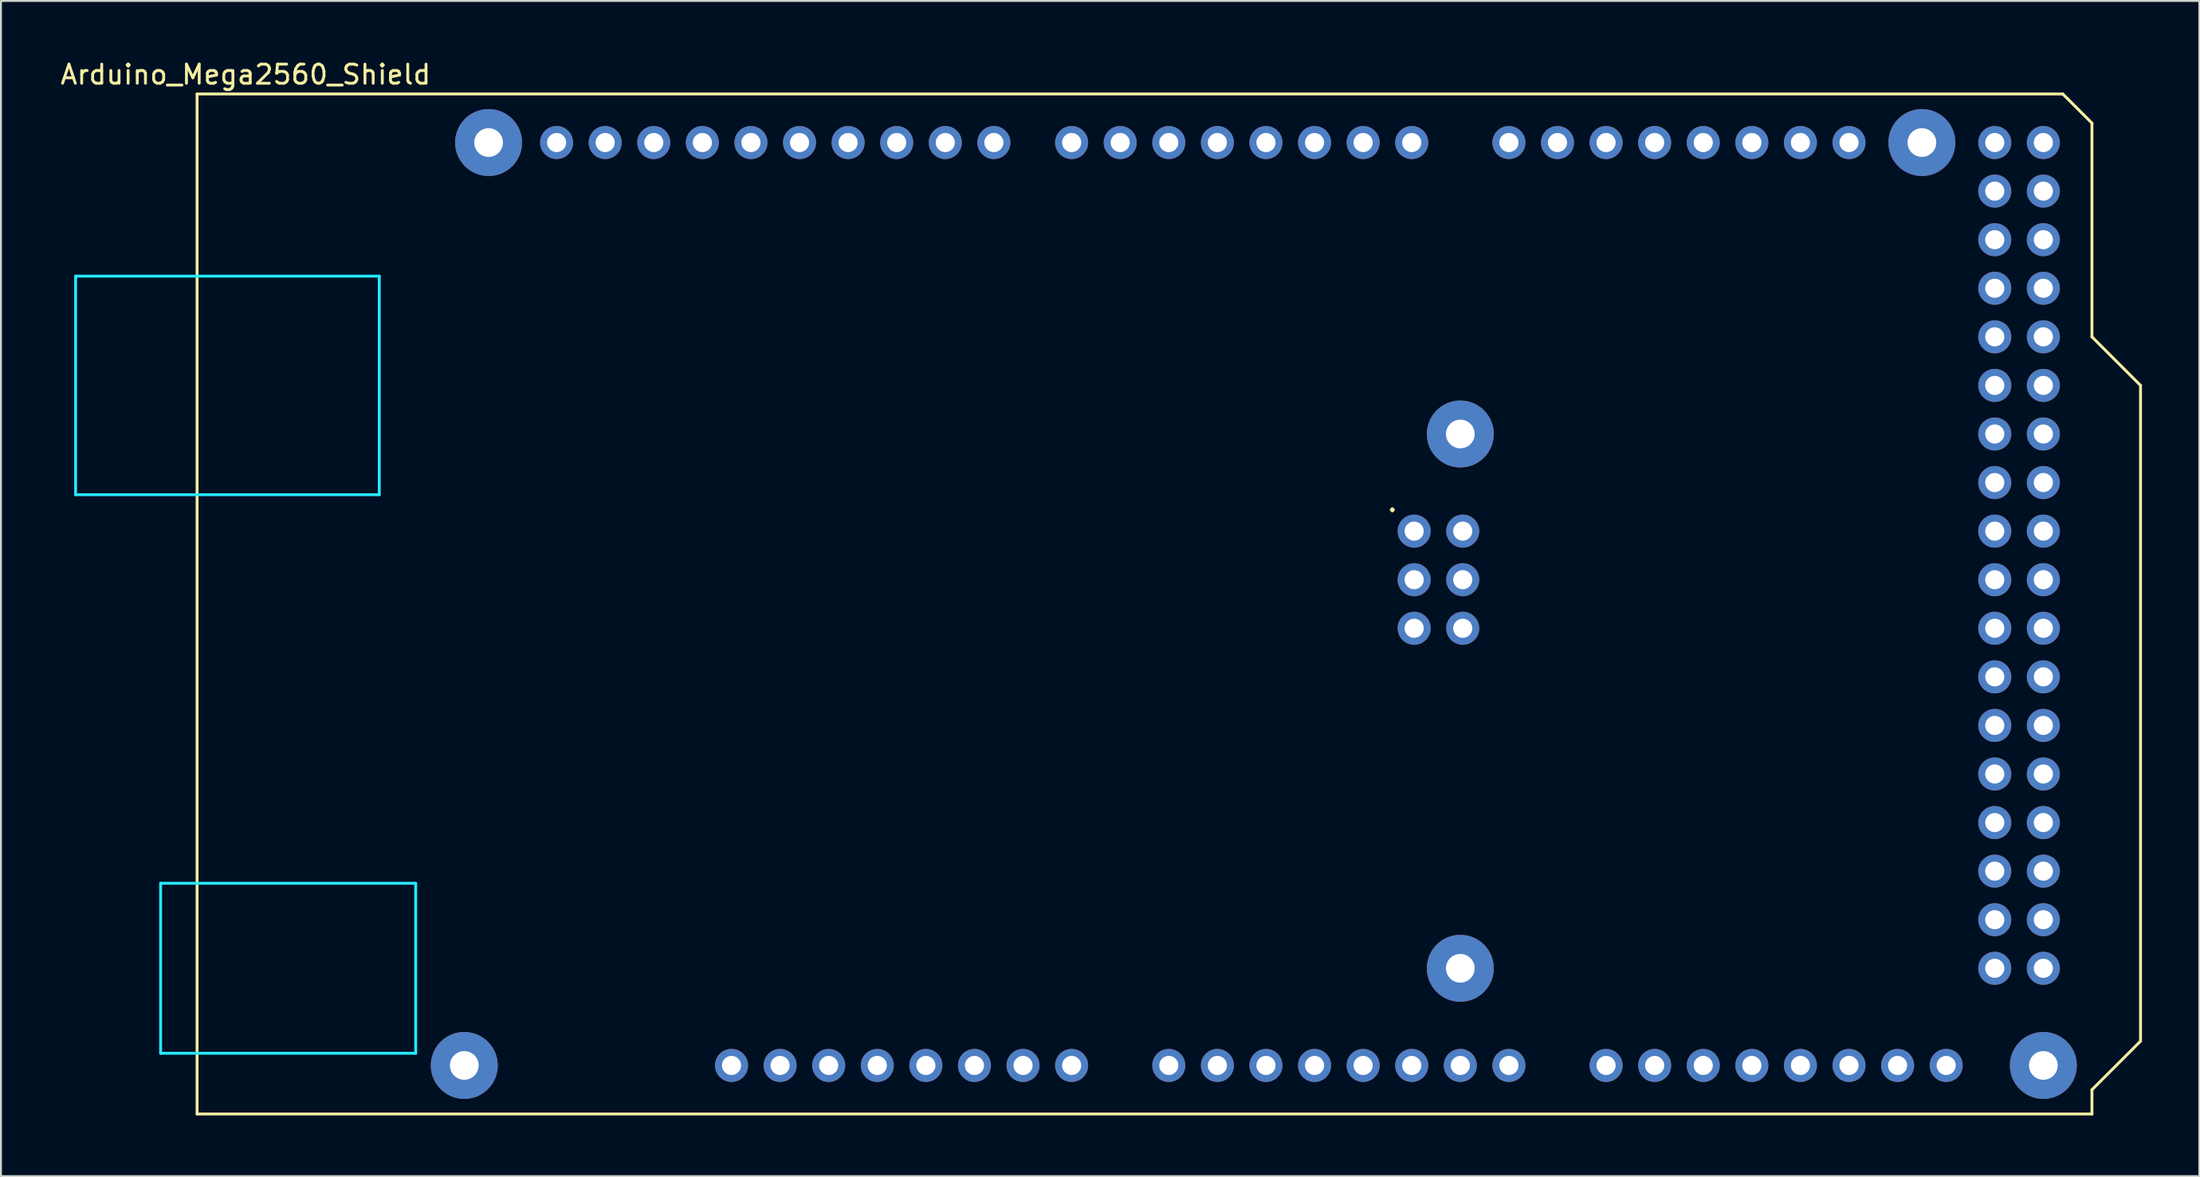
<source format=kicad_pcb>
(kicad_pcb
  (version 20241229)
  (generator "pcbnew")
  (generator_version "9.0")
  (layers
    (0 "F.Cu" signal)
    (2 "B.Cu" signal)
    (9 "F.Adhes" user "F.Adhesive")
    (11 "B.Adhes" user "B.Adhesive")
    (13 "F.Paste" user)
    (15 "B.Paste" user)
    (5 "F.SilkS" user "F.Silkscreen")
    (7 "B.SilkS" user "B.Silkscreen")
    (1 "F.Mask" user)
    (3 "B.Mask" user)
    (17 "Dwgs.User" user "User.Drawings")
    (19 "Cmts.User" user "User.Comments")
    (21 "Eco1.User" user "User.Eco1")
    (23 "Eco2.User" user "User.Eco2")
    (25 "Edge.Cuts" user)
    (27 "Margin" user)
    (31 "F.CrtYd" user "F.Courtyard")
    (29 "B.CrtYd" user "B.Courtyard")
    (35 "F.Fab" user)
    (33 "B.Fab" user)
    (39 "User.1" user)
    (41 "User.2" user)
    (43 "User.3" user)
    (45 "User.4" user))
  (footprint "Arduino_Mega2560_Shield"
    (layer "F.Cu")
    (at 7.252 55.204)
    (property "Reference" "Arduino_Mega2560_Shield" (at 2.54 -54.356 0) (layer "F.SilkS") (effects (font (size 1 1) (thickness 0.15))))
    (attr through_hole)
    (fp_line (start 0 -53.34) (end 0 0) (stroke (width 0.15) (type solid)) (layer "F.SilkS"))
    (fp_line (start 0 -53.34) (end 97.536 -53.34) (stroke (width 0.15) (type solid)) (layer "F.SilkS"))
    (fp_line (start 0 0) (end 99.06 0) (stroke (width 0.15) (type solid)) (layer "F.SilkS"))
    (fp_line (start 97.536 -53.34) (end 99.06 -51.816) (stroke (width 0.15) (type solid)) (layer "F.SilkS"))
    (fp_line (start 99.06 -40.64) (end 99.06 -51.816) (stroke (width 0.15) (type solid)) (layer "F.SilkS"))
    (fp_line (start 99.06 -1.27) (end 101.6 -3.81) (stroke (width 0.15) (type solid)) (layer "F.SilkS"))
    (fp_line (start 99.06 0) (end 99.06 -1.27) (stroke (width 0.15) (type solid)) (layer "F.SilkS"))
    (fp_line (start 101.6 -38.1) (end 99.06 -40.64) (stroke (width 0.15) (type solid)) (layer "F.SilkS"))
    (fp_line (start 101.6 -3.81) (end 101.6 -38.1) (stroke (width 0.15) (type solid)) (layer "F.SilkS"))
    (fp_line (start -6.35 -43.815) (end -6.35 -32.385) (stroke (width 0.15) (type solid)) (layer "B.CrtYd"))
    (fp_line (start -1.905 -12.065) (end -1.905 -3.175) (stroke (width 0.15) (type solid)) (layer "B.CrtYd"))
    (fp_line (start -1.905 -12.065) (end 11.43 -12.065) (stroke (width 0.15) (type solid)) (layer "B.CrtYd"))
    (fp_line (start -1.905 -3.175) (end 11.43 -3.175) (stroke (width 0.15) (type solid)) (layer "B.CrtYd"))
    (fp_line (start 9.525 -43.815) (end -6.35 -43.815) (stroke (width 0.15) (type solid)) (layer "B.CrtYd"))
    (fp_line (start 9.525 -43.815) (end 9.525 -32.385) (stroke (width 0.15) (type solid)) (layer "B.CrtYd"))
    (fp_line (start 9.525 -32.385) (end -6.35 -32.385) (stroke (width 0.15) (type solid)) (layer "B.CrtYd"))
    (fp_line (start 11.43 -12.065) (end 11.43 -3.175) (stroke (width 0.15) (type solid)) (layer "B.CrtYd"))
    (fp_text user "." (at 62.484 -32.004 0) (layer "F.SilkS") (effects (font (size 1 1) (thickness 0.15))))
    (pad "" np_thru_hole circle (at 13.97 -2.54) (size 3.5 3.5) (drill 1.5) (layers "*.Cu" "*.Mask"))
    (pad "" np_thru_hole circle (at 15.24 -50.8) (size 3.5 3.5) (drill 1.5) (layers "*.Cu" "*.Mask"))
    (pad "" thru_hole oval (at 27.94 -2.54) (size 1.727 1.727) (drill 1) (layers "*.Cu" "*.Mask"))
    (pad "" np_thru_hole circle (at 66.04 -35.56) (size 3.5 3.5) (drill 1.5) (layers "*.Cu" "*.Mask"))
    (pad "" np_thru_hole circle (at 66.04 -7.62) (size 3.5 3.5) (drill 1.5) (layers "*.Cu" "*.Mask"))
    (pad "" np_thru_hole circle (at 90.17 -50.8) (size 3.5 3.5) (drill 1.5) (layers "*.Cu" "*.Mask"))
    (pad "" np_thru_hole circle (at 96.52 -2.54) (size 3.5 3.5) (drill 1.5) (layers "*.Cu" "*.Mask"))
    (pad "3V3" thru_hole oval (at 35.56 -2.54) (size 1.727 1.727) (drill 1) (layers "*.Cu" "*.Mask"))
    (pad "5V1" thru_hole oval (at 38.1 -2.54) (size 1.727 1.727) (drill 1) (layers "*.Cu" "*.Mask"))
    (pad "5V2" thru_hole oval (at 66.167 -30.48) (size 1.727 1.727) (drill 1) (layers "*.Cu" "*.Mask"))
    (pad "5V3" thru_hole oval (at 93.98 -50.8) (size 1.727 1.727) (drill 1) (layers "*.Cu" "*.Mask"))
    (pad "5V4" thru_hole oval (at 96.52 -50.8) (size 1.727 1.727) (drill 1) (layers "*.Cu" "*.Mask"))
    (pad "A0" thru_hole oval (at 50.8 -2.54) (size 1.727 1.727) (drill 1) (layers "*.Cu" "*.Mask"))
    (pad "A1" thru_hole oval (at 53.34 -2.54) (size 1.727 1.727) (drill 1) (layers "*.Cu" "*.Mask"))
    (pad "A2" thru_hole oval (at 55.88 -2.54) (size 1.727 1.727) (drill 1) (layers "*.Cu" "*.Mask"))
    (pad "A3" thru_hole oval (at 58.42 -2.54) (size 1.727 1.727) (drill 1) (layers "*.Cu" "*.Mask"))
    (pad "A4" thru_hole oval (at 60.96 -2.54) (size 1.727 1.727) (drill 1) (layers "*.Cu" "*.Mask"))
    (pad "A5" thru_hole oval (at 63.5 -2.54) (size 1.727 1.727) (drill 1) (layers "*.Cu" "*.Mask"))
    (pad "A6" thru_hole oval (at 66.04 -2.54) (size 1.727 1.727) (drill 1) (layers "*.Cu" "*.Mask"))
    (pad "A7" thru_hole oval (at 68.58 -2.54) (size 1.727 1.727) (drill 1) (layers "*.Cu" "*.Mask"))
    (pad "A8" thru_hole oval (at 73.66 -2.54) (size 1.727 1.727) (drill 1) (layers "*.Cu" "*.Mask"))
    (pad "A9" thru_hole oval (at 76.2 -2.54) (size 1.727 1.727) (drill 1) (layers "*.Cu" "*.Mask"))
    (pad "A10" thru_hole oval (at 78.74 -2.54) (size 1.727 1.727) (drill 1) (layers "*.Cu" "*.Mask"))
    (pad "A11" thru_hole oval (at 81.28 -2.54) (size 1.727 1.727) (drill 1) (layers "*.Cu" "*.Mask"))
    (pad "A12" thru_hole oval (at 83.82 -2.54) (size 1.727 1.727) (drill 1) (layers "*.Cu" "*.Mask"))
    (pad "A13" thru_hole oval (at 86.36 -2.54) (size 1.727 1.727) (drill 1) (layers "*.Cu" "*.Mask"))
    (pad "A14" thru_hole oval (at 88.9 -2.54) (size 1.727 1.727) (drill 1) (layers "*.Cu" "*.Mask"))
    (pad "A15" thru_hole oval (at 91.44 -2.54) (size 1.727 1.727) (drill 1) (layers "*.Cu" "*.Mask"))
    (pad "AREF" thru_hole oval (at 23.876 -50.8) (size 1.727 1.727) (drill 1) (layers "*.Cu" "*.Mask"))
    (pad "D0" thru_hole oval (at 63.5 -50.8) (size 1.727 1.727) (drill 1) (layers "*.Cu" "*.Mask"))
    (pad "D1" thru_hole oval (at 60.96 -50.8) (size 1.727 1.727) (drill 1) (layers "*.Cu" "*.Mask"))
    (pad "D2" thru_hole oval (at 58.42 -50.8) (size 1.727 1.727) (drill 1) (layers "*.Cu" "*.Mask"))
    (pad "D3" thru_hole oval (at 55.88 -50.8) (size 1.727 1.727) (drill 1) (layers "*.Cu" "*.Mask"))
    (pad "D4" thru_hole oval (at 53.34 -50.8) (size 1.727 1.727) (drill 1) (layers "*.Cu" "*.Mask"))
    (pad "D5" thru_hole oval (at 50.8 -50.8) (size 1.727 1.727) (drill 1) (layers "*.Cu" "*.Mask"))
    (pad "D6" thru_hole oval (at 48.26 -50.8) (size 1.727 1.727) (drill 1) (layers "*.Cu" "*.Mask"))
    (pad "D7" thru_hole oval (at 45.72 -50.8) (size 1.727 1.727) (drill 1) (layers "*.Cu" "*.Mask"))
    (pad "D8" thru_hole oval (at 41.656 -50.8) (size 1.727 1.727) (drill 1) (layers "*.Cu" "*.Mask"))
    (pad "D9" thru_hole oval (at 39.116 -50.8) (size 1.727 1.727) (drill 1) (layers "*.Cu" "*.Mask"))
    (pad "D10" thru_hole oval (at 36.576 -50.8) (size 1.727 1.727) (drill 1) (layers "*.Cu" "*.Mask"))
    (pad "D11" thru_hole oval (at 34.036 -50.8) (size 1.727 1.727) (drill 1) (layers "*.Cu" "*.Mask"))
    (pad "D12" thru_hole oval (at 31.496 -50.8) (size 1.727 1.727) (drill 1) (layers "*.Cu" "*.Mask"))
    (pad "D13" thru_hole oval (at 28.956 -50.8) (size 1.727 1.727) (drill 1) (layers "*.Cu" "*.Mask"))
    (pad "D14" thru_hole oval (at 68.58 -50.8) (size 1.727 1.727) (drill 1) (layers "*.Cu" "*.Mask"))
    (pad "D15" thru_hole oval (at 71.12 -50.8) (size 1.727 1.727) (drill 1) (layers "*.Cu" "*.Mask"))
    (pad "D16" thru_hole oval (at 73.66 -50.8) (size 1.727 1.727) (drill 1) (layers "*.Cu" "*.Mask"))
    (pad "D17" thru_hole oval (at 76.2 -50.8) (size 1.727 1.727) (drill 1) (layers "*.Cu" "*.Mask"))
    (pad "D18" thru_hole oval (at 78.74 -50.8) (size 1.727 1.727) (drill 1) (layers "*.Cu" "*.Mask"))
    (pad "D19" thru_hole oval (at 81.28 -50.8) (size 1.727 1.727) (drill 1) (layers "*.Cu" "*.Mask"))
    (pad "D20" thru_hole oval (at 83.82 -50.8) (size 1.727 1.727) (drill 1) (layers "*.Cu" "*.Mask"))
    (pad "D21" thru_hole oval (at 86.36 -50.8) (size 1.727 1.727) (drill 1) (layers "*.Cu" "*.Mask"))
    (pad "D22" thru_hole oval (at 93.98 -48.26) (size 1.727 1.727) (drill 1) (layers "*.Cu" "*.Mask"))
    (pad "D23" thru_hole oval (at 96.52 -48.26) (size 1.727 1.727) (drill 1) (layers "*.Cu" "*.Mask"))
    (pad "D24" thru_hole oval (at 93.98 -45.72) (size 1.727 1.727) (drill 1) (layers "*.Cu" "*.Mask"))
    (pad "D25" thru_hole oval (at 96.52 -45.72) (size 1.727 1.727) (drill 1) (layers "*.Cu" "*.Mask"))
    (pad "D26" thru_hole oval (at 93.98 -43.18) (size 1.727 1.727) (drill 1) (layers "*.Cu" "*.Mask"))
    (pad "D27" thru_hole oval (at 96.52 -43.18) (size 1.727 1.727) (drill 1) (layers "*.Cu" "*.Mask"))
    (pad "D28" thru_hole oval (at 93.98 -40.64) (size 1.727 1.727) (drill 1) (layers "*.Cu" "*.Mask"))
    (pad "D29" thru_hole oval (at 96.52 -40.64) (size 1.727 1.727) (drill 1) (layers "*.Cu" "*.Mask"))
    (pad "D30" thru_hole oval (at 93.98 -38.1) (size 1.727 1.727) (drill 1) (layers "*.Cu" "*.Mask"))
    (pad "D31" thru_hole oval (at 96.52 -38.1) (size 1.727 1.727) (drill 1) (layers "*.Cu" "*.Mask"))
    (pad "D32" thru_hole oval (at 93.98 -35.56) (size 1.727 1.727) (drill 1) (layers "*.Cu" "*.Mask"))
    (pad "D33" thru_hole oval (at 96.52 -35.56) (size 1.727 1.727) (drill 1) (layers "*.Cu" "*.Mask"))
    (pad "D34" thru_hole oval (at 93.98 -33.02) (size 1.727 1.727) (drill 1) (layers "*.Cu" "*.Mask"))
    (pad "D35" thru_hole oval (at 96.52 -33.02) (size 1.727 1.727) (drill 1) (layers "*.Cu" "*.Mask"))
    (pad "D36" thru_hole oval (at 93.98 -30.48) (size 1.727 1.727) (drill 1) (layers "*.Cu" "*.Mask"))
    (pad "D37" thru_hole oval (at 96.52 -30.48) (size 1.727 1.727) (drill 1) (layers "*.Cu" "*.Mask"))
    (pad "D38" thru_hole oval (at 93.98 -27.94) (size 1.727 1.727) (drill 1) (layers "*.Cu" "*.Mask"))
    (pad "D39" thru_hole oval (at 96.52 -27.94) (size 1.727 1.727) (drill 1) (layers "*.Cu" "*.Mask"))
    (pad "D40" thru_hole oval (at 93.98 -25.4) (size 1.727 1.727) (drill 1) (layers "*.Cu" "*.Mask"))
    (pad "D41" thru_hole oval (at 96.52 -25.4) (size 1.727 1.727) (drill 1) (layers "*.Cu" "*.Mask"))
    (pad "D42" thru_hole oval (at 93.98 -22.86) (size 1.727 1.727) (drill 1) (layers "*.Cu" "*.Mask"))
    (pad "D43" thru_hole oval (at 96.52 -22.86) (size 1.727 1.727) (drill 1) (layers "*.Cu" "*.Mask"))
    (pad "D44" thru_hole oval (at 93.98 -20.32) (size 1.727 1.727) (drill 1) (layers "*.Cu" "*.Mask"))
    (pad "D45" thru_hole oval (at 96.52 -20.32) (size 1.727 1.727) (drill 1) (layers "*.Cu" "*.Mask"))
    (pad "D46" thru_hole oval (at 93.98 -17.78) (size 1.727 1.727) (drill 1) (layers "*.Cu" "*.Mask"))
    (pad "D47" thru_hole oval (at 96.52 -17.78) (size 1.727 1.727) (drill 1) (layers "*.Cu" "*.Mask"))
    (pad "D48" thru_hole oval (at 93.98 -15.24) (size 1.727 1.727) (drill 1) (layers "*.Cu" "*.Mask"))
    (pad "D49" thru_hole oval (at 96.52 -15.24) (size 1.727 1.727) (drill 1) (layers "*.Cu" "*.Mask"))
    (pad "D50" thru_hole oval (at 93.98 -12.7) (size 1.727 1.727) (drill 1) (layers "*.Cu" "*.Mask"))
    (pad "D51" thru_hole oval (at 96.52 -12.7) (size 1.727 1.727) (drill 1) (layers "*.Cu" "*.Mask"))
    (pad "D52" thru_hole oval (at 93.98 -10.16) (size 1.727 1.727) (drill 1) (layers "*.Cu" "*.Mask"))
    (pad "D53" thru_hole oval (at 96.52 -10.16) (size 1.727 1.727) (drill 1) (layers "*.Cu" "*.Mask"))
    (pad "GND1" thru_hole oval (at 26.416 -50.8) (size 1.727 1.727) (drill 1) (layers "*.Cu" "*.Mask"))
    (pad "GND2" thru_hole oval (at 40.64 -2.54) (size 1.727 1.727) (drill 1) (layers "*.Cu" "*.Mask"))
    (pad "GND3" thru_hole oval (at 43.18 -2.54) (size 1.727 1.727) (drill 1) (layers "*.Cu" "*.Mask"))
    (pad "GND4" thru_hole oval (at 66.167 -25.4) (size 1.727 1.727) (drill 1) (layers "*.Cu" "*.Mask"))
    (pad "GND5" thru_hole oval (at 93.98 -7.62) (size 1.727 1.727) (drill 1) (layers "*.Cu" "*.Mask"))
    (pad "GND6" thru_hole oval (at 96.52 -7.62) (size 1.727 1.727) (drill 1) (layers "*.Cu" "*.Mask"))
    (pad "IORF" thru_hole oval (at 30.48 -2.54) (size 1.727 1.727) (drill 1) (layers "*.Cu" "*.Mask"))
    (pad "MISO" thru_hole oval (at 63.627 -30.48) (size 1.727 1.727) (drill 1) (layers "*.Cu" "*.Mask"))
    (pad "MOSI" thru_hole oval (at 66.167 -27.94) (size 1.727 1.727) (drill 1) (layers "*.Cu" "*.Mask"))
    (pad "RST1" thru_hole oval (at 33.02 -2.54) (size 1.727 1.727) (drill 1) (layers "*.Cu" "*.Mask"))
    (pad "RST2" thru_hole oval (at 63.627 -25.4) (size 1.727 1.727) (drill 1) (layers "*.Cu" "*.Mask"))
    (pad "SCK" thru_hole oval (at 63.627 -27.94) (size 1.727 1.727) (drill 1) (layers "*.Cu" "*.Mask"))
    (pad "SCL" thru_hole oval (at 18.796 -50.8) (size 1.727 1.727) (drill 1) (layers "*.Cu" "*.Mask"))
    (pad "SDA" thru_hole oval (at 21.336 -50.8) (size 1.727 1.727) (drill 1) (layers "*.Cu" "*.Mask"))
    (pad "VIN" thru_hole oval (at 45.72 -2.54) (size 1.727 1.727) (drill 1) (layers "*.Cu" "*.Mask")))
  (gr_rect
    (start -3 -3)
    (end 111.927 58.454)
    (stroke (width 0.1) (type default))
    (fill no)
    (layer "Edge.Cuts")))
</source>
